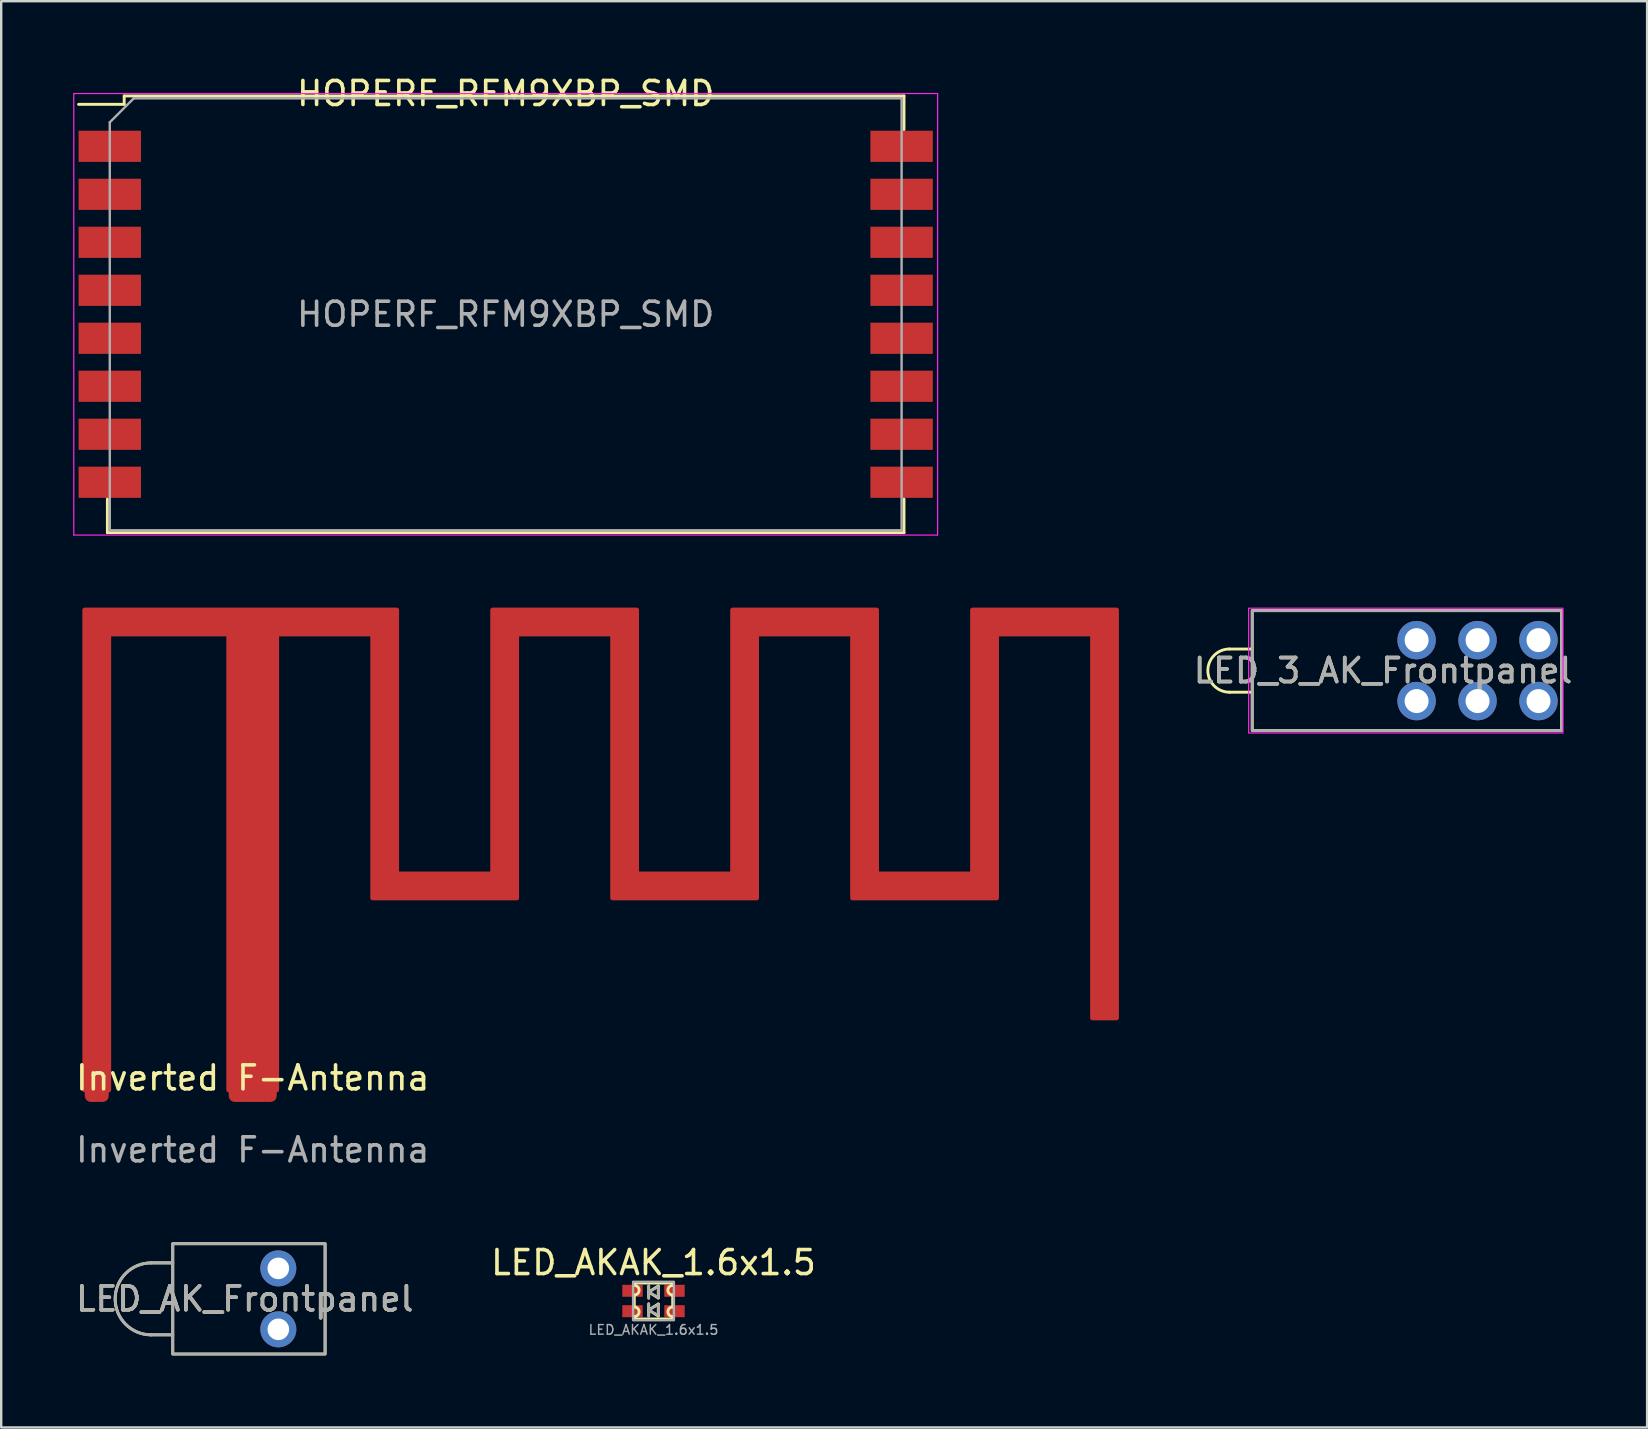
<source format=kicad_pcb>
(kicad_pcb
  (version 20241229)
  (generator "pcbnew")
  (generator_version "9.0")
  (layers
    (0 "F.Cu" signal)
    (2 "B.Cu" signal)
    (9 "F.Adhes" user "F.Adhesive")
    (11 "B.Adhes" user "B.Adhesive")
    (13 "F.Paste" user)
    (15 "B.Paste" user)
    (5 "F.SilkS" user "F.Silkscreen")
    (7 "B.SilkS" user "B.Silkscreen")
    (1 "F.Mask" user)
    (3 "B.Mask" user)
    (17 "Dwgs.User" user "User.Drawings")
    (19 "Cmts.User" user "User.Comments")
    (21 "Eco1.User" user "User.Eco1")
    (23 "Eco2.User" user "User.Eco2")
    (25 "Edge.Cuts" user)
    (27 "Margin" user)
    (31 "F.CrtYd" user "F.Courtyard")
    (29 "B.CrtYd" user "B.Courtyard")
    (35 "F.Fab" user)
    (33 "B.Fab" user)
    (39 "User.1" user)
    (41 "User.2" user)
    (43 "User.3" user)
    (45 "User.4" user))
  (footprint "LED_AK_Frontpanel"
    (layer "F.Cu")
    (at 8.549 51.081)
    (property "Reference" "LED_AK_Frontpanel" (at -1.4 0 0) (unlocked yes) (layer "F.SilkS") (effects (font (size 1 1) (thickness 0.15))))
    (attr through_hole)
    (fp_line (start -5.3 -1.5) (end -4.4 -1.5) (stroke (width 0.12) (type solid)) (layer "F.SilkS"))
    (fp_line (start -5.3 1.5) (end -4.4 1.5) (stroke (width 0.12) (type solid)) (layer "F.SilkS"))
    (fp_rect (start -4.4 -2.3) (end 1.95 2.3) (stroke (width 0.12) (type solid)) (fill no) (layer "F.SilkS"))
    (fp_arc (start -5.3 1.5) (mid -6.8 0) (end -5.3 -1.5) (stroke (width 0.12) (type solid)) (layer "F.SilkS"))
    (fp_line (start -5.3 -1.5) (end -4.4 -1.5) (stroke (width 0.12) (type solid)) (layer "F.Fab"))
    (fp_line (start -5.3 1.5) (end -4.4 1.5) (stroke (width 0.12) (type solid)) (layer "F.Fab"))
    (fp_rect (start -4.4 -2.3) (end 1.95 2.3) (stroke (width 0.12) (type solid)) (fill no) (layer "F.Fab"))
    (fp_arc (start -5.3 1.5) (mid -6.8 0) (end -5.3 -1.5) (stroke (width 0.12) (type solid)) (layer "F.Fab"))
    (fp_text user "${REFERENCE}" (at -1.4 0 0) (unlocked yes) (layer "F.Fab") (effects (font (size 1 1) (thickness 0.15))))
    (pad "1" thru_hole circle (at 0 1.27) (size 1.5 1.5) (drill 0.9) (layers "*.Cu" "*.Mask"))
    (pad "2" thru_hole circle (at 0 -1.27) (size 1.5 1.5) (drill 0.9) (layers "*.Cu" "*.Mask")))
  (footprint "LED_AKAK_1.6x1.5"
    (layer "F.Cu")
    (at 24.185 51.17)
    (property "Reference" "LED_AKAK_1.6x1.5" (at 0 -1.6 0) (unlocked yes) (layer "F.SilkS") (effects (font (size 1 1) (thickness 0.15))))
    (attr smd)
    (fp_line (start -0.8 -0.7) (end -0.8 -0.75) (stroke (width 0.12) (type solid)) (layer "F.SilkS"))
    (fp_line (start -0.8 -0.25) (end -0.8 0.25) (stroke (width 0.12) (type solid)) (layer "F.SilkS"))
    (fp_line (start -0.8 0.65) (end -0.8 0.75) (stroke (width 0.12) (type solid)) (layer "F.SilkS"))
    (fp_line (start -0.8 0.75) (end 0.8 0.75) (stroke (width 0.12) (type solid)) (layer "F.SilkS"))
    (fp_line (start -0.2 -0.625) (end -0.2 -0.125) (stroke (width 0.12) (type solid)) (layer "F.SilkS"))
    (fp_line (start -0.2 -0.375) (end 0.2 -0.625) (stroke (width 0.12) (type solid)) (layer "F.SilkS"))
    (fp_line (start -0.2 0.125) (end -0.2 0.625) (stroke (width 0.12) (type solid)) (layer "F.SilkS"))
    (fp_line (start -0.2 0.375) (end 0.2 0.125) (stroke (width 0.12) (type solid)) (layer "F.SilkS"))
    (fp_line (start 0.2 -0.625) (end 0.2 -0.125) (stroke (width 0.12) (type solid)) (layer "F.SilkS"))
    (fp_line (start 0.2 -0.125) (end -0.2 -0.375) (stroke (width 0.12) (type solid)) (layer "F.SilkS"))
    (fp_line (start 0.2 0.125) (end 0.2 0.625) (stroke (width 0.12) (type solid)) (layer "F.SilkS"))
    (fp_line (start 0.2 0.625) (end -0.2 0.375) (stroke (width 0.12) (type solid)) (layer "F.SilkS"))
    (fp_line (start 0.8 -0.75) (end -0.8 -0.75) (stroke (width 0.12) (type solid)) (layer "F.SilkS"))
    (fp_line (start 0.8 -0.65) (end 0.8 -0.75) (stroke (width 0.12) (type solid)) (layer "F.SilkS"))
    (fp_line (start 0.8 0.25) (end 0.8 -0.25) (stroke (width 0.12) (type solid)) (layer "F.SilkS"))
    (fp_line (start 0.8 0.65) (end 0.8 0.75) (stroke (width 0.12) (type solid)) (layer "F.SilkS"))
    (fp_arc (start -0.8 -0.65) (mid -0.6 -0.45) (end -0.8 -0.25) (stroke (width 0.12) (type solid)) (layer "F.SilkS"))
    (fp_arc (start -0.8 0.25) (mid -0.6 0.45) (end -0.8 0.65) (stroke (width 0.12) (type solid)) (layer "F.SilkS"))
    (fp_arc (start 0.8 -0.25) (mid 0.6 -0.45) (end 0.8 -0.65) (stroke (width 0.12) (type solid)) (layer "F.SilkS"))
    (fp_arc (start 0.8 0.65) (mid 0.6 0.45) (end 0.8 0.25) (stroke (width 0.12) (type solid)) (layer "F.SilkS"))
    (fp_line (start -0.2 -0.65) (end -0.2 -0.1) (stroke (width 0.1) (type solid)) (layer "F.Fab"))
    (fp_line (start -0.2 -0.375) (end 0.2 -0.6) (stroke (width 0.1) (type solid)) (layer "F.Fab"))
    (fp_line (start -0.2 0.375) (end 0.2 0.15) (stroke (width 0.1) (type solid)) (layer "F.Fab"))
    (fp_line (start -0.2 0.65) (end -0.2 0.1) (stroke (width 0.1) (type solid)) (layer "F.Fab"))
    (fp_line (start 0.2 -0.6) (end 0.2 -0.15) (stroke (width 0.1) (type solid)) (layer "F.Fab"))
    (fp_line (start 0.2 -0.15) (end -0.2 -0.375) (stroke (width 0.1) (type solid)) (layer "F.Fab"))
    (fp_line (start 0.2 0.15) (end 0.2 0.6) (stroke (width 0.1) (type solid)) (layer "F.Fab"))
    (fp_line (start 0.2 0.6) (end -0.2 0.375) (stroke (width 0.1) (type solid)) (layer "F.Fab"))
    (fp_rect (start -0.85 -0.8) (end 0.85 0.8) (stroke (width 0.1) (type solid)) (fill no) (layer "F.Fab"))
    (fp_text user "${REFERENCE}" (at 0 1.2 0) (unlocked yes) (layer "F.Fab") (effects (font (size 0.4 0.4) (thickness 0.06))))
    (pad "1" smd rect (at 0.875 -0.425) (size 0.85 0.5) (layers "F.Cu" "F.Mask" "F.Paste"))
    (pad "2" smd rect (at -0.875 -0.425) (size 0.85 0.5) (layers "F.Cu" "F.Mask" "F.Paste"))
    (pad "3" smd rect (at 0.875 0.425) (size 0.85 0.5) (layers "F.Cu" "F.Mask" "F.Paste"))
    (pad "4" smd rect (at -0.875 0.425) (size 0.85 0.5) (layers "F.Cu" "F.Mask" "F.Paste")))
  (footprint "LED_3_AK_Frontpanel"
    (layer "F.Cu")
    (at 55.988 24.898)
    (property "Reference" "LED_3_AK_Frontpanel" (at -1.4 0 0) (unlocked yes) (layer "F.SilkS") (effects (font (size 1 1) (thickness 0.15))))
    (attr through_hole)
    (fp_line (start -7.8 -0.9) (end -6.9 -0.9) (stroke (width 0.12) (type solid)) (layer "F.SilkS"))
    (fp_line (start -7.8 0.9) (end -6.9 0.9) (stroke (width 0.12) (type solid)) (layer "F.SilkS"))
    (fp_rect (start -6.85 -2.5) (end 6.04 2.5) (stroke (width 0.12) (type solid)) (fill no) (layer "F.SilkS"))
    (fp_arc (start -7.8 0.9) (mid -8.7 0) (end -7.8 -0.9) (stroke (width 0.12) (type solid)) (layer "F.SilkS"))
    (fp_rect (start -7 -2.6) (end 6.1 2.6) (stroke (width 0.05) (type solid)) (fill no) (layer "F.CrtYd"))
    (fp_rect (start -6.85 -2.5) (end 6.04 2.5) (stroke (width 0.12) (type solid)) (fill no) (layer "F.Fab"))
    (fp_text user "${REFERENCE}" (at -1.4 0 0) (unlocked yes) (layer "F.Fab") (effects (font (size 1 1) (thickness 0.15))))
    (pad "1" thru_hole circle (at 0 1.27) (size 1.6 1.6) (drill 1) (layers "*.Cu" "*.Mask"))
    (pad "2" thru_hole circle (at 0 -1.27) (size 1.6 1.6) (drill 1) (layers "*.Cu" "*.Mask"))
    (pad "3" thru_hole circle (at 2.54 1.27) (size 1.6 1.6) (drill 1) (layers "*.Cu" "*.Mask"))
    (pad "4" thru_hole circle (at 2.54 -1.27) (size 1.6 1.6) (drill 1) (layers "*.Cu" "*.Mask"))
    (pad "5" thru_hole circle (at 5.08 1.27) (size 1.6 1.6) (drill 1) (layers "*.Cu" "*.Mask"))
    (pad "6" thru_hole circle (at 5.08 -1.27) (size 1.6 1.6) (drill 1) (layers "*.Cu" "*.Mask")))
  (footprint "Inverted F-Antenna"
    (layer "F.Cu")
    (at 7.482 42.373)
    (property "Reference" "Inverted F-Antenna" (at 0 -0.5 0) (unlocked yes) (layer "F.SilkS") (effects (font (size 1 1) (thickness 0.15))))
    (attr smd)
    (fp_poly (pts (xy 6 -9) (xy 10 -9) (xy 10 -20) (xy 16 -20) (xy 16 -9) (xy 20 -9) (xy 20 -20) (xy 26 -20) (xy 26 -9) (xy 30 -9) (xy 30 -20) (xy 36 -20) (xy 36 -3) (xy 35 -3) (xy 35 -19) (xy 31 -19) (xy 31 -8) (xy 25 -8) (xy 25 -19) (xy 21 -19) (xy 21 -8) (xy 15 -8) (xy 15 -19) (xy 11 -19) (xy 11 -8) (xy 5 -8) (xy 5 -19) (xy 1 -19) (xy 1 0) (xy -1 0) (xy -1 -19) (xy -6 -19) (xy -6 0) (xy -7 0) (xy -7 -20) (xy 6 -20)) (stroke (width 0.2) (type solid)) (fill yes) (layer "F.Cu"))
    (fp_text user "${REFERENCE}" (at 0 2.5 0) (unlocked yes) (layer "F.Fab") (effects (font (size 1 1) (thickness 0.15))))
    (pad "1" smd roundrect (at 0 0) (size 2 1) (layers "F.Cu" "F.Mask" "F.Paste") (roundrect_rratio 0.25))
    (pad "2" smd roundrect (at -6.5 0) (size 1 1) (layers "F.Cu" "F.Mask" "F.Paste") (roundrect_rratio 0.25)))
  (footprint "HOPERF_RFM9XBP_SMD"
    (layer "F.Cu")
    (at 18.025 10.048)
    (property "Reference" "HOPERF_RFM9XBP_SMD" (at 0 -9.2 0) (layer "F.SilkS") (effects (font (size 1 1) (thickness 0.15))))
    (attr smd)
    (fp_line (start -16.6 7.7) (end -16.6 9.1) (stroke (width 0.12) (type solid)) (layer "F.SilkS"))
    (fp_line (start -16.6 9.1) (end 16.6 9.1) (stroke (width 0.12) (type solid)) (layer "F.SilkS"))
    (fp_line (start -15.9 -9.1) (end -15.9 -8.75) (stroke (width 0.12) (type solid)) (layer "F.SilkS"))
    (fp_line (start -15.9 -9.1) (end 16.6 -9.1) (stroke (width 0.12) (type solid)) (layer "F.SilkS"))
    (fp_line (start -15.9 -8.75) (end -17.8 -8.75) (stroke (width 0.12) (type solid)) (layer "F.SilkS"))
    (fp_line (start 16.6 -9.1) (end 16.6 -7.7) (stroke (width 0.12) (type solid)) (layer "F.SilkS"))
    (fp_line (start 16.6 9.1) (end 16.6 7.7) (stroke (width 0.12) (type solid)) (layer "F.SilkS"))
    (fp_line (start -18 -9.2) (end 18 -9.2) (stroke (width 0.05) (type solid)) (layer "F.CrtYd"))
    (fp_line (start -18 9.2) (end -18 -9.2) (stroke (width 0.05) (type solid)) (layer "F.CrtYd"))
    (fp_line (start -18 9.2) (end 18 9.2) (stroke (width 0.05) (type solid)) (layer "F.CrtYd"))
    (fp_line (start 18 -9.2) (end 18 9.2) (stroke (width 0.05) (type solid)) (layer "F.CrtYd"))
    (fp_line (start -16.5 9) (end -16.5 -8) (stroke (width 0.1) (type solid)) (layer "F.Fab"))
    (fp_line (start -16.5 9) (end 16.5 9) (stroke (width 0.1) (type solid)) (layer "F.Fab"))
    (fp_line (start -15.5 -9) (end -16.5 -8) (stroke (width 0.1) (type solid)) (layer "F.Fab"))
    (fp_line (start -15.5 -9) (end 16.5 -9) (stroke (width 0.1) (type solid)) (layer "F.Fab"))
    (fp_line (start 16.5 9) (end 16.5 -9) (stroke (width 0.1) (type solid)) (layer "F.Fab"))
    (fp_text user "${REFERENCE}" (at 0 0 0) (layer "F.Fab") (effects (font (size 1 1) (thickness 0.15))))
    (pad "1" smd rect (at -16.5 -7) (size 2.6 1.3) (layers "F.Cu" "F.Mask" "F.Paste"))
    (pad "2" smd rect (at -16.5 -5) (size 2.6 1.3) (layers "F.Cu" "F.Mask" "F.Paste"))
    (pad "3" smd rect (at -16.5 -3) (size 2.6 1.3) (layers "F.Cu" "F.Mask" "F.Paste"))
    (pad "4" smd rect (at -16.5 -1) (size 2.6 1.3) (layers "F.Cu" "F.Mask" "F.Paste"))
    (pad "5" smd rect (at -16.5 1) (size 2.6 1.3) (layers "F.Cu" "F.Mask" "F.Paste"))
    (pad "6" smd rect (at -16.5 3) (size 2.6 1.3) (layers "F.Cu" "F.Mask" "F.Paste"))
    (pad "7" smd rect (at -16.5 5) (size 2.6 1.3) (layers "F.Cu" "F.Mask" "F.Paste"))
    (pad "8" smd rect (at -16.5 7) (size 2.6 1.3) (layers "F.Cu" "F.Mask" "F.Paste"))
    (pad "9" smd rect (at 16.5 7) (size 2.6 1.3) (layers "F.Cu" "F.Mask" "F.Paste"))
    (pad "10" smd rect (at 16.5 5) (size 2.6 1.3) (layers "F.Cu" "F.Mask" "F.Paste"))
    (pad "11" smd rect (at 16.5 3) (size 2.6 1.3) (layers "F.Cu" "F.Mask" "F.Paste"))
    (pad "12" smd rect (at 16.5 1) (size 2.6 1.3) (layers "F.Cu" "F.Mask" "F.Paste"))
    (pad "13" smd rect (at 16.5 -1) (size 2.6 1.3) (layers "F.Cu" "F.Mask" "F.Paste"))
    (pad "14" smd rect (at 16.5 -3) (size 2.6 1.3) (layers "F.Cu" "F.Mask" "F.Paste"))
    (pad "15" smd rect (at 16.5 -5) (size 2.6 1.3) (layers "F.Cu" "F.Mask" "F.Paste"))
    (pad "16" smd rect (at 16.5 -7) (size 2.6 1.3) (layers "F.Cu" "F.Mask" "F.Paste")))
  (gr_rect
    (start -3 -3)
    (end 65.594 56.441)
    (stroke (width 0.1) (type default))
    (fill no)
    (layer "Edge.Cuts")))
</source>
